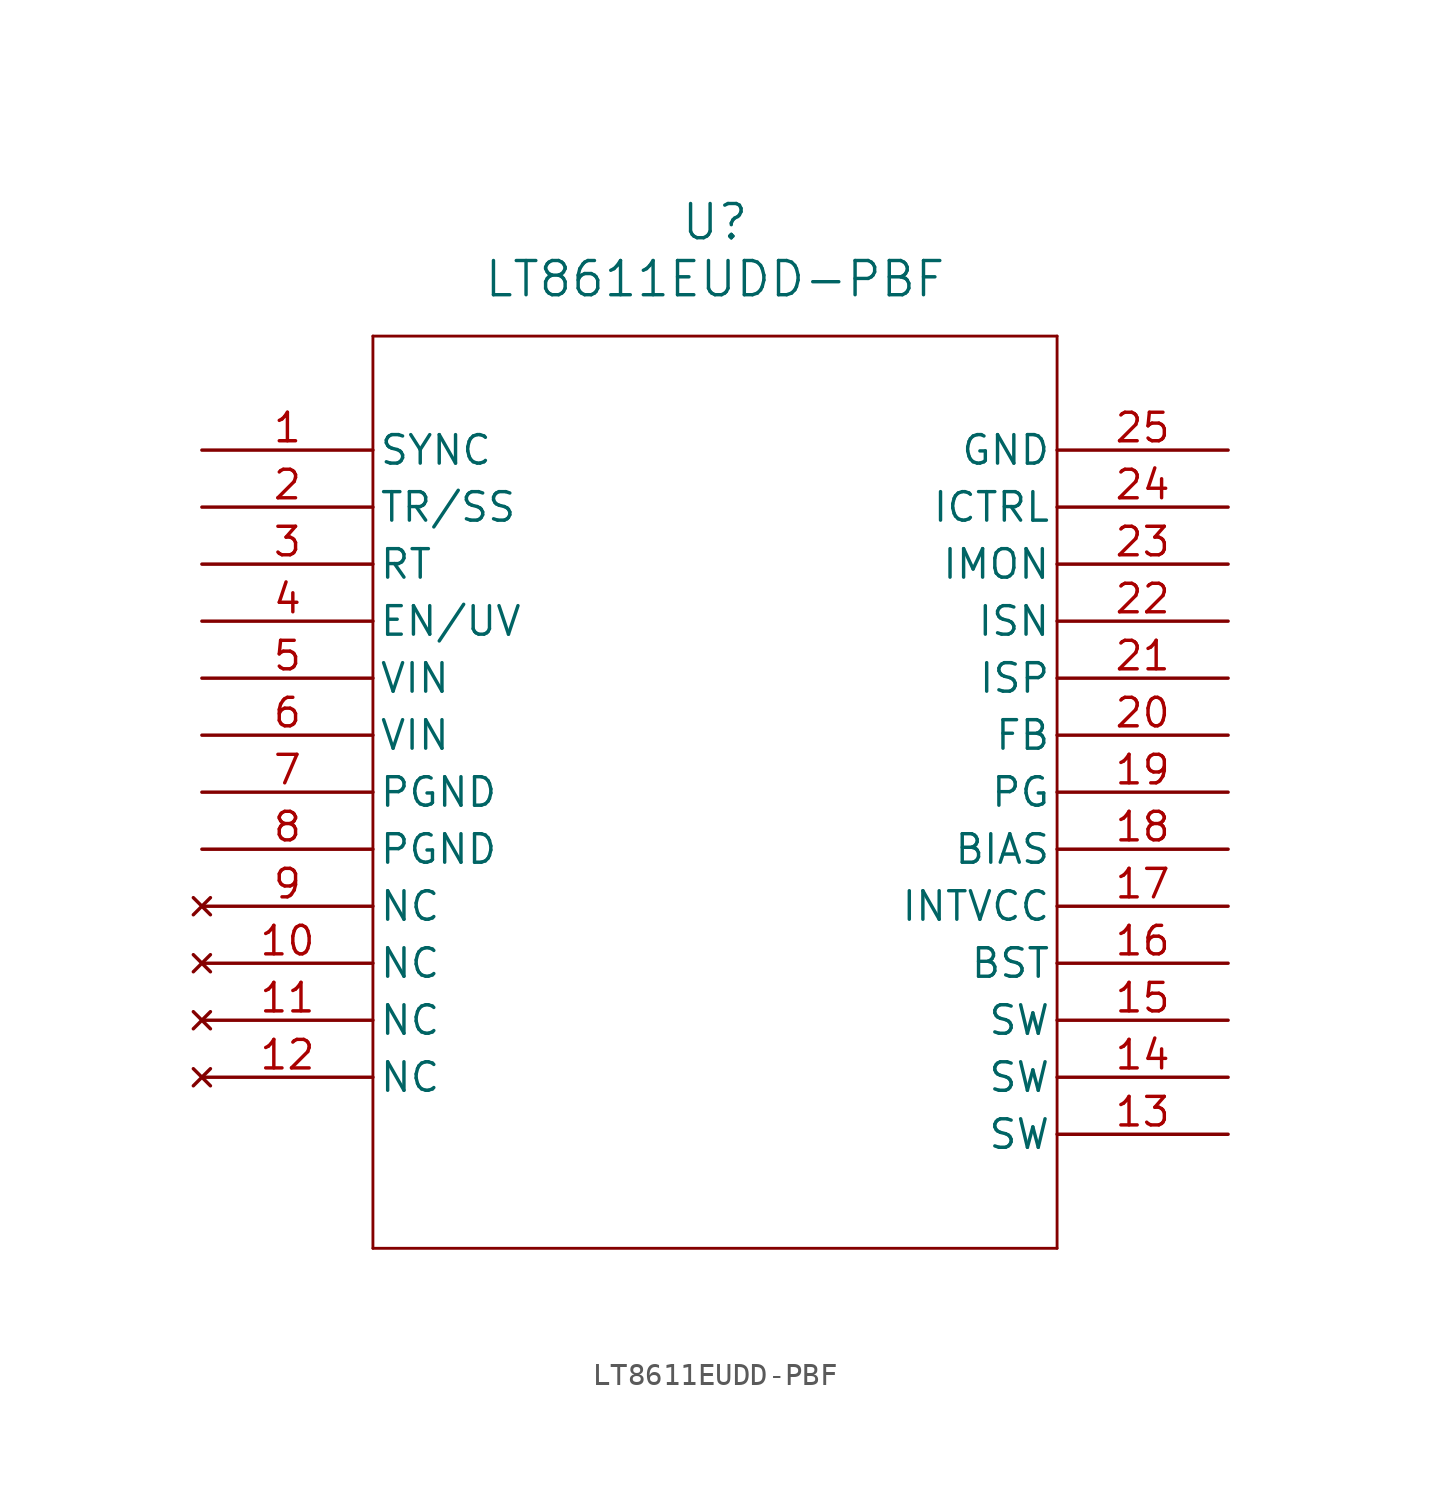
<source format=kicad_sym>
(kicad_symbol_lib
  (version 20241209)
  (generator "kicad_symbol_editor")
  (generator_version "9.0")
  (symbol "LT8611EUDD-PBF"
    (pin_names
      (offset 0.254))
    (property "Reference" "U"
      (at 22.86 10.16 0)
      (effects (font (size 1.524 1.524))))
    (property "Value" "LT8611EUDD-PBF"
      (at 22.86 7.62 0)
      (effects (font (size 1.524 1.524))))
    (property "ki_locked" ""
      (at 0 0 0)
      (effects (font (size 1.27 1.27))))
    (symbol "LT8611EUDD-PBF_0_1"
      (polyline (pts (xy 7.62 5.08) (xy 7.62 -35.56)) (stroke (width 0.127) (type default)) (fill (type none)))
      (polyline (pts (xy 7.62 -35.56) (xy 38.1 -35.56)) (stroke (width 0.127) (type default)) (fill (type none)))
      (polyline (pts (xy 38.1 5.08) (xy 7.62 5.08)) (stroke (width 0.127) (type default)) (fill (type none)))
      (polyline (pts (xy 38.1 -35.56) (xy 38.1 5.08)) (stroke (width 0.127) (type default)) (fill (type none)))
      (pin input line (at 0 0 0) (length 7.62) (name "SYNC" (effects (font (size 1.27 1.27)))) (number "1" (effects (font (size 1.27 1.27)))))
      (pin output line (at 0 -2.54 0) (length 7.62) (name "TR/SS" (effects (font (size 1.27 1.27)))) (number "2" (effects (font (size 1.27 1.27)))))
      (pin unspecified line (at 0 -5.08 0) (length 7.62) (name "RT" (effects (font (size 1.27 1.27)))) (number "3" (effects (font (size 1.27 1.27)))))
      (pin unspecified line (at 0 -7.62 0) (length 7.62) (name "EN/UV" (effects (font (size 1.27 1.27)))) (number "4" (effects (font (size 1.27 1.27)))))
      (pin input line (at 0 -10.16 0) (length 7.62) (name "VIN" (effects (font (size 1.27 1.27)))) (number "5" (effects (font (size 1.27 1.27)))))
      (pin input line (at 0 -12.7 0) (length 7.62) (name "VIN" (effects (font (size 1.27 1.27)))) (number "6" (effects (font (size 1.27 1.27)))))
      (pin power_in line (at 0 -15.24 0) (length 7.62) (name "PGND" (effects (font (size 1.27 1.27)))) (number "7" (effects (font (size 1.27 1.27)))))
      (pin power_in line (at 0 -17.78 0) (length 7.62) (name "PGND" (effects (font (size 1.27 1.27)))) (number "8" (effects (font (size 1.27 1.27)))))
      (pin no_connect line (at 0 -20.32 0) (length 7.62) (name "NC" (effects (font (size 1.27 1.27)))) (number "9" (effects (font (size 1.27 1.27)))))
      (pin no_connect line (at 0 -22.86 0) (length 7.62) (name "NC" (effects (font (size 1.27 1.27)))) (number "10" (effects (font (size 1.27 1.27)))))
      (pin no_connect line (at 0 -25.4 0) (length 7.62) (name "NC" (effects (font (size 1.27 1.27)))) (number "11" (effects (font (size 1.27 1.27)))))
      (pin no_connect line (at 0 -27.94 0) (length 7.62) (name "NC" (effects (font (size 1.27 1.27)))) (number "12" (effects (font (size 1.27 1.27)))))
      (pin power_in line (at 45.72 0 180) (length 7.62) (name "GND" (effects (font (size 1.27 1.27)))) (number "25" (effects (font (size 1.27 1.27)))))
      (pin output line (at 45.72 -2.54 180) (length 7.62) (name "ICTRL" (effects (font (size 1.27 1.27)))) (number "24" (effects (font (size 1.27 1.27)))))
      (pin output line (at 45.72 -5.08 180) (length 7.62) (name "IMON" (effects (font (size 1.27 1.27)))) (number "23" (effects (font (size 1.27 1.27)))))
      (pin input line (at 45.72 -7.62 180) (length 7.62) (name "ISN" (effects (font (size 1.27 1.27)))) (number "22" (effects (font (size 1.27 1.27)))))
      (pin input line (at 45.72 -10.16 180) (length 7.62) (name "ISP" (effects (font (size 1.27 1.27)))) (number "21" (effects (font (size 1.27 1.27)))))
      (pin unspecified line (at 45.72 -12.7 180) (length 7.62) (name "FB" (effects (font (size 1.27 1.27)))) (number "20" (effects (font (size 1.27 1.27)))))
      (pin output line (at 45.72 -15.24 180) (length 7.62) (name "PG" (effects (font (size 1.27 1.27)))) (number "19" (effects (font (size 1.27 1.27)))))
      (pin unspecified line (at 45.72 -20.32 180) (length 7.62) (name "INTVCC" (effects (font (size 1.27 1.27)))) (number "17" (effects (font (size 1.27 1.27)))))
      (pin input line (at 45.72 -22.86 180) (length 7.62) (name "BST" (effects (font (size 1.27 1.27)))) (number "16" (effects (font (size 1.27 1.27)))))
      (pin output line (at 45.72 -25.4 180) (length 7.62) (name "SW" (effects (font (size 1.27 1.27)))) (number "15" (effects (font (size 1.27 1.27)))))
      (pin output line (at 45.72 -27.94 180) (length 7.62) (name "SW" (effects (font (size 1.27 1.27)))) (number "14" (effects (font (size 1.27 1.27)))))
      (pin output line (at 45.72 -30.48 180) (length 7.62) (name "SW" (effects (font (size 1.27 1.27)))) (number "13" (effects (font (size 1.27 1.27))))))
    (symbol "LT8611EUDD-PBF_1_1"
      (pin input line (at 45.72 -17.78 180) (length 7.62) (name "BIAS" (effects (font (size 1.27 1.27)))) (number "18" (effects (font (size 1.27 1.27))))))))
</source>
